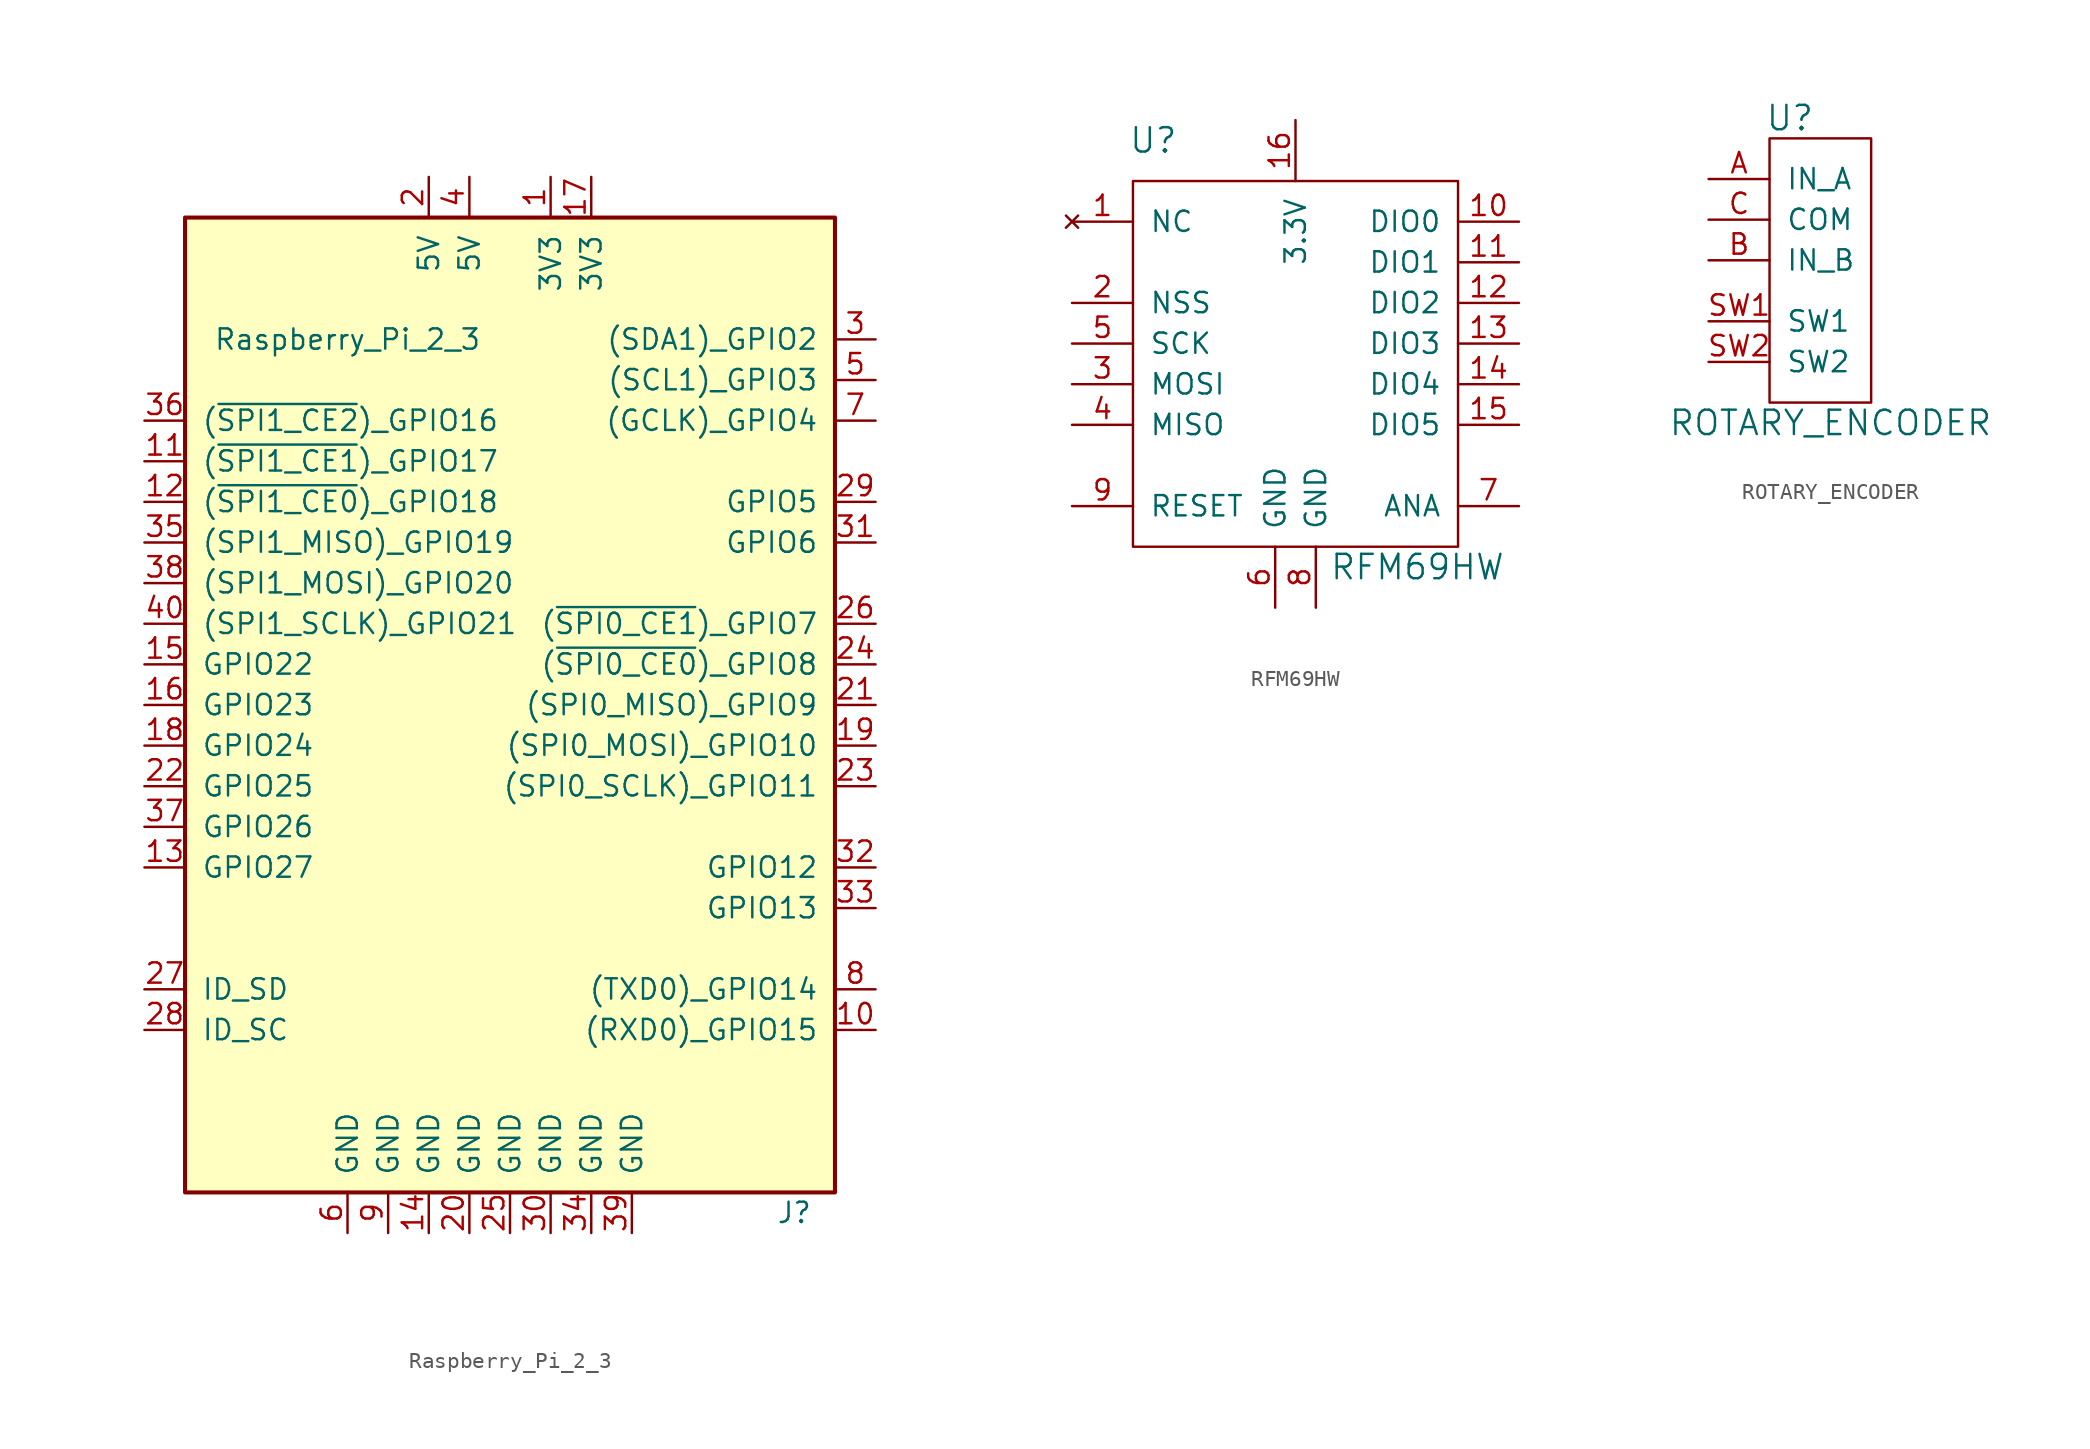
<source format=kicad_sym>
(kicad_symbol_lib
  (version 20211014)
  (generator kicad_symbol_editor)
  (symbol "Raspberry_Pi_2_3"
    (pin_names
      (offset 1.016))
    (property "Reference" "J"
      (at 17.78 -31.75 0)
      (effects (font (size 1.27 1.27))))
    (property "Value" "Raspberry_Pi_2_3"
      (at -10.16 22.86 0)
      (effects (font (size 1.27 1.27))))
    (symbol "Raspberry_Pi_2_3_0_1"
      (rectangle (start -20.32 30.48) (end 20.32 -30.48) (stroke (width 0.254) (type default) (color 0 0 0 0)) (fill (type background))))
    (symbol "Raspberry_Pi_2_3_1_1"
      (pin power_out line (at 2.54 33.02 270) (length 2.54) (name "3V3" (effects (font (size 1.27 1.27)))) (number "1" (effects (font (size 1.27 1.27)))))
      (pin bidirectional line (at 22.86 -20.32 180) (length 2.54) (name "(RXD0)_GPIO15" (effects (font (size 1.27 1.27)))) (number "10" (effects (font (size 1.27 1.27)))))
      (pin bidirectional line (at -22.86 15.24 0) (length 2.54) (name "(~{SPI1_CE1})_GPIO17" (effects (font (size 1.27 1.27)))) (number "11" (effects (font (size 1.27 1.27)))))
      (pin bidirectional line (at -22.86 12.7 0) (length 2.54) (name "(~{SPI1_CE0})_GPIO18" (effects (font (size 1.27 1.27)))) (number "12" (effects (font (size 1.27 1.27)))))
      (pin bidirectional line (at -22.86 -10.16 0) (length 2.54) (name "GPIO27" (effects (font (size 1.27 1.27)))) (number "13" (effects (font (size 1.27 1.27)))))
      (pin passive line (at -5.08 -33.02 90) (length 2.54) (name "GND" (effects (font (size 1.27 1.27)))) (number "14" (effects (font (size 1.27 1.27)))))
      (pin bidirectional line (at -22.86 2.54 0) (length 2.54) (name "GPIO22" (effects (font (size 1.27 1.27)))) (number "15" (effects (font (size 1.27 1.27)))))
      (pin bidirectional line (at -22.86 0 0) (length 2.54) (name "GPIO23" (effects (font (size 1.27 1.27)))) (number "16" (effects (font (size 1.27 1.27)))))
      (pin power_out line (at 5.08 33.02 270) (length 2.54) (name "3V3" (effects (font (size 1.27 1.27)))) (number "17" (effects (font (size 1.27 1.27)))))
      (pin bidirectional line (at -22.86 -2.54 0) (length 2.54) (name "GPIO24" (effects (font (size 1.27 1.27)))) (number "18" (effects (font (size 1.27 1.27)))))
      (pin bidirectional line (at 22.86 -2.54 180) (length 2.54) (name "(SPI0_MOSI)_GPIO10" (effects (font (size 1.27 1.27)))) (number "19" (effects (font (size 1.27 1.27)))))
      (pin passive line (at -5.08 33.02 270) (length 2.54) (name "5V" (effects (font (size 1.27 1.27)))) (number "2" (effects (font (size 1.27 1.27)))))
      (pin passive line (at -2.54 -33.02 90) (length 2.54) (name "GND" (effects (font (size 1.27 1.27)))) (number "20" (effects (font (size 1.27 1.27)))))
      (pin bidirectional line (at 22.86 0 180) (length 2.54) (name "(SPI0_MISO)_GPIO9" (effects (font (size 1.27 1.27)))) (number "21" (effects (font (size 1.27 1.27)))))
      (pin bidirectional line (at -22.86 -5.08 0) (length 2.54) (name "GPIO25" (effects (font (size 1.27 1.27)))) (number "22" (effects (font (size 1.27 1.27)))))
      (pin bidirectional line (at 22.86 -5.08 180) (length 2.54) (name "(SPI0_SCLK)_GPIO11" (effects (font (size 1.27 1.27)))) (number "23" (effects (font (size 1.27 1.27)))))
      (pin bidirectional line (at 22.86 2.54 180) (length 2.54) (name "(~{SPI0_CE0})_GPIO8" (effects (font (size 1.27 1.27)))) (number "24" (effects (font (size 1.27 1.27)))))
      (pin passive line (at 0 -33.02 90) (length 2.54) (name "GND" (effects (font (size 1.27 1.27)))) (number "25" (effects (font (size 1.27 1.27)))))
      (pin bidirectional line (at 22.86 5.08 180) (length 2.54) (name "(~{SPI0_CE1})_GPIO7" (effects (font (size 1.27 1.27)))) (number "26" (effects (font (size 1.27 1.27)))))
      (pin bidirectional line (at -22.86 -17.78 0) (length 2.54) (name "ID_SD" (effects (font (size 1.27 1.27)))) (number "27" (effects (font (size 1.27 1.27)))))
      (pin bidirectional line (at -22.86 -20.32 0) (length 2.54) (name "ID_SC" (effects (font (size 1.27 1.27)))) (number "28" (effects (font (size 1.27 1.27)))))
      (pin bidirectional line (at 22.86 12.7 180) (length 2.54) (name "GPIO5" (effects (font (size 1.27 1.27)))) (number "29" (effects (font (size 1.27 1.27)))))
      (pin bidirectional line (at 22.86 22.86 180) (length 2.54) (name "(SDA1)_GPIO2" (effects (font (size 1.27 1.27)))) (number "3" (effects (font (size 1.27 1.27)))))
      (pin passive line (at 2.54 -33.02 90) (length 2.54) (name "GND" (effects (font (size 1.27 1.27)))) (number "30" (effects (font (size 1.27 1.27)))))
      (pin bidirectional line (at 22.86 10.16 180) (length 2.54) (name "GPIO6" (effects (font (size 1.27 1.27)))) (number "31" (effects (font (size 1.27 1.27)))))
      (pin bidirectional line (at 22.86 -10.16 180) (length 2.54) (name "GPIO12" (effects (font (size 1.27 1.27)))) (number "32" (effects (font (size 1.27 1.27)))))
      (pin bidirectional line (at 22.86 -12.7 180) (length 2.54) (name "GPIO13" (effects (font (size 1.27 1.27)))) (number "33" (effects (font (size 1.27 1.27)))))
      (pin passive line (at 5.08 -33.02 90) (length 2.54) (name "GND" (effects (font (size 1.27 1.27)))) (number "34" (effects (font (size 1.27 1.27)))))
      (pin bidirectional line (at -22.86 10.16 0) (length 2.54) (name "(SPI1_MISO)_GPIO19" (effects (font (size 1.27 1.27)))) (number "35" (effects (font (size 1.27 1.27)))))
      (pin bidirectional line (at -22.86 17.78 0) (length 2.54) (name "(~{SPI1_CE2})_GPIO16" (effects (font (size 1.27 1.27)))) (number "36" (effects (font (size 1.27 1.27)))))
      (pin bidirectional line (at -22.86 -7.62 0) (length 2.54) (name "GPIO26" (effects (font (size 1.27 1.27)))) (number "37" (effects (font (size 1.27 1.27)))))
      (pin bidirectional line (at -22.86 7.62 0) (length 2.54) (name "(SPI1_MOSI)_GPIO20" (effects (font (size 1.27 1.27)))) (number "38" (effects (font (size 1.27 1.27)))))
      (pin passive line (at 7.62 -33.02 90) (length 2.54) (name "GND" (effects (font (size 1.27 1.27)))) (number "39" (effects (font (size 1.27 1.27)))))
      (pin passive line (at -2.54 33.02 270) (length 2.54) (name "5V" (effects (font (size 1.27 1.27)))) (number "4" (effects (font (size 1.27 1.27)))))
      (pin bidirectional line (at -22.86 5.08 0) (length 2.54) (name "(SPI1_SCLK)_GPIO21" (effects (font (size 1.27 1.27)))) (number "40" (effects (font (size 1.27 1.27)))))
      (pin bidirectional line (at 22.86 20.32 180) (length 2.54) (name "(SCL1)_GPIO3" (effects (font (size 1.27 1.27)))) (number "5" (effects (font (size 1.27 1.27)))))
      (pin passive line (at -10.16 -33.02 90) (length 2.54) (name "GND" (effects (font (size 1.27 1.27)))) (number "6" (effects (font (size 1.27 1.27)))))
      (pin bidirectional line (at 22.86 17.78 180) (length 2.54) (name "(GCLK)_GPIO4" (effects (font (size 1.27 1.27)))) (number "7" (effects (font (size 1.27 1.27)))))
      (pin bidirectional line (at 22.86 -17.78 180) (length 2.54) (name "(TXD0)_GPIO14" (effects (font (size 1.27 1.27)))) (number "8" (effects (font (size 1.27 1.27)))))
      (pin passive line (at -7.62 -33.02 90) (length 2.54) (name "GND" (effects (font (size 1.27 1.27)))) (number "9" (effects (font (size 1.27 1.27)))))))
  (symbol "RFM69HW"
    (pin_names
      (offset 1.016))
    (property "Reference" "U"
      (at -8.89 13.97 0)
      (effects (font (size 1.524 1.524))))
    (property "Value" "RFM69HW"
      (at 7.62 -12.7 0)
      (effects (font (size 1.524 1.524))))
    (property "Footprint" ""
      (at -8.89 13.97 0)
      (effects (font (size 1.524 1.524))))
    (property "Datasheet" ""
      (at -8.89 13.97 0)
      (effects (font (size 1.524 1.524))))
    (symbol "RFM69HW_0_1"
      (rectangle (start -10.16 11.43) (end 10.16 -11.43) (stroke (width 0) (type default) (color 0 0 0 0)) (fill (type none))))
    (symbol "RFM69HW_1_1"
      (pin no_connect line (at -13.97 8.89 0) (length 3.81) (name "NC" (effects (font (size 1.27 1.27)))) (number "1" (effects (font (size 1.27 1.27)))))
      (pin passive line (at 13.97 8.89 180) (length 3.81) (name "DIO0" (effects (font (size 1.27 1.27)))) (number "10" (effects (font (size 1.27 1.27)))))
      (pin passive line (at 13.97 6.35 180) (length 3.81) (name "DIO1" (effects (font (size 1.27 1.27)))) (number "11" (effects (font (size 1.27 1.27)))))
      (pin passive line (at 13.97 3.81 180) (length 3.81) (name "DIO2" (effects (font (size 1.27 1.27)))) (number "12" (effects (font (size 1.27 1.27)))))
      (pin passive line (at 13.97 1.27 180) (length 3.81) (name "DIO3" (effects (font (size 1.27 1.27)))) (number "13" (effects (font (size 1.27 1.27)))))
      (pin passive line (at 13.97 -1.27 180) (length 3.81) (name "DIO4" (effects (font (size 1.27 1.27)))) (number "14" (effects (font (size 1.27 1.27)))))
      (pin passive line (at 13.97 -3.81 180) (length 3.81) (name "DIO5" (effects (font (size 1.27 1.27)))) (number "15" (effects (font (size 1.27 1.27)))))
      (pin passive line (at 0 15.24 270) (length 3.81) (name "3.3V" (effects (font (size 1.27 1.27)))) (number "16" (effects (font (size 1.27 1.27)))))
      (pin passive line (at -13.97 3.81 0) (length 3.81) (name "NSS" (effects (font (size 1.27 1.27)))) (number "2" (effects (font (size 1.27 1.27)))))
      (pin passive line (at -13.97 -1.27 0) (length 3.81) (name "MOSI" (effects (font (size 1.27 1.27)))) (number "3" (effects (font (size 1.27 1.27)))))
      (pin passive line (at -13.97 -3.81 0) (length 3.81) (name "MISO" (effects (font (size 1.27 1.27)))) (number "4" (effects (font (size 1.27 1.27)))))
      (pin passive line (at -13.97 1.27 0) (length 3.81) (name "SCK" (effects (font (size 1.27 1.27)))) (number "5" (effects (font (size 1.27 1.27)))))
      (pin passive line (at -1.27 -15.24 90) (length 3.81) (name "GND" (effects (font (size 1.27 1.27)))) (number "6" (effects (font (size 1.27 1.27)))))
      (pin passive line (at 13.97 -8.89 180) (length 3.81) (name "ANA" (effects (font (size 1.27 1.27)))) (number "7" (effects (font (size 1.27 1.27)))))
      (pin passive line (at 1.27 -15.24 90) (length 3.81) (name "GND" (effects (font (size 1.27 1.27)))) (number "8" (effects (font (size 1.27 1.27)))))
      (pin passive line (at -13.97 -8.89 0) (length 3.81) (name "RESET" (effects (font (size 1.27 1.27)))) (number "9" (effects (font (size 1.27 1.27)))))))
  (symbol "ROTARY_ENCODER"
    (pin_names
      (offset 1.016))
    (property "Reference" "U"
      (at -1.27 10.16 0)
      (effects (font (size 1.524 1.524))))
    (property "Value" "ROTARY_ENCODER"
      (at 1.27 -8.89 0)
      (effects (font (size 1.524 1.524))))
    (property "Footprint" ""
      (at 0 0 0)
      (effects (font (size 1.524 1.524))))
    (property "Datasheet" ""
      (at 0 0 0)
      (effects (font (size 1.524 1.524))))
    (symbol "ROTARY_ENCODER_0_1"
      (rectangle (start -2.54 8.89) (end 3.81 -7.62) (stroke (width 0) (type default) (color 0 0 0 0)) (fill (type none))))
    (symbol "ROTARY_ENCODER_1_1"
      (pin input line (at -6.35 6.35 0) (length 3.81) (name "IN_A" (effects (font (size 1.27 1.27)))) (number "A" (effects (font (size 1.27 1.27)))))
      (pin input line (at -6.35 1.27 0) (length 3.81) (name "IN_B" (effects (font (size 1.27 1.27)))) (number "B" (effects (font (size 1.27 1.27)))))
      (pin input line (at -6.35 3.81 0) (length 3.81) (name "COM" (effects (font (size 1.27 1.27)))) (number "C" (effects (font (size 1.27 1.27)))))
      (pin input line (at -6.35 -2.54 0) (length 3.81) (name "SW1" (effects (font (size 1.27 1.27)))) (number "SW1" (effects (font (size 1.27 1.27)))))
      (pin input line (at -6.35 -5.08 0) (length 3.81) (name "SW2" (effects (font (size 1.27 1.27)))) (number "SW2" (effects (font (size 1.27 1.27))))))))
</source>
